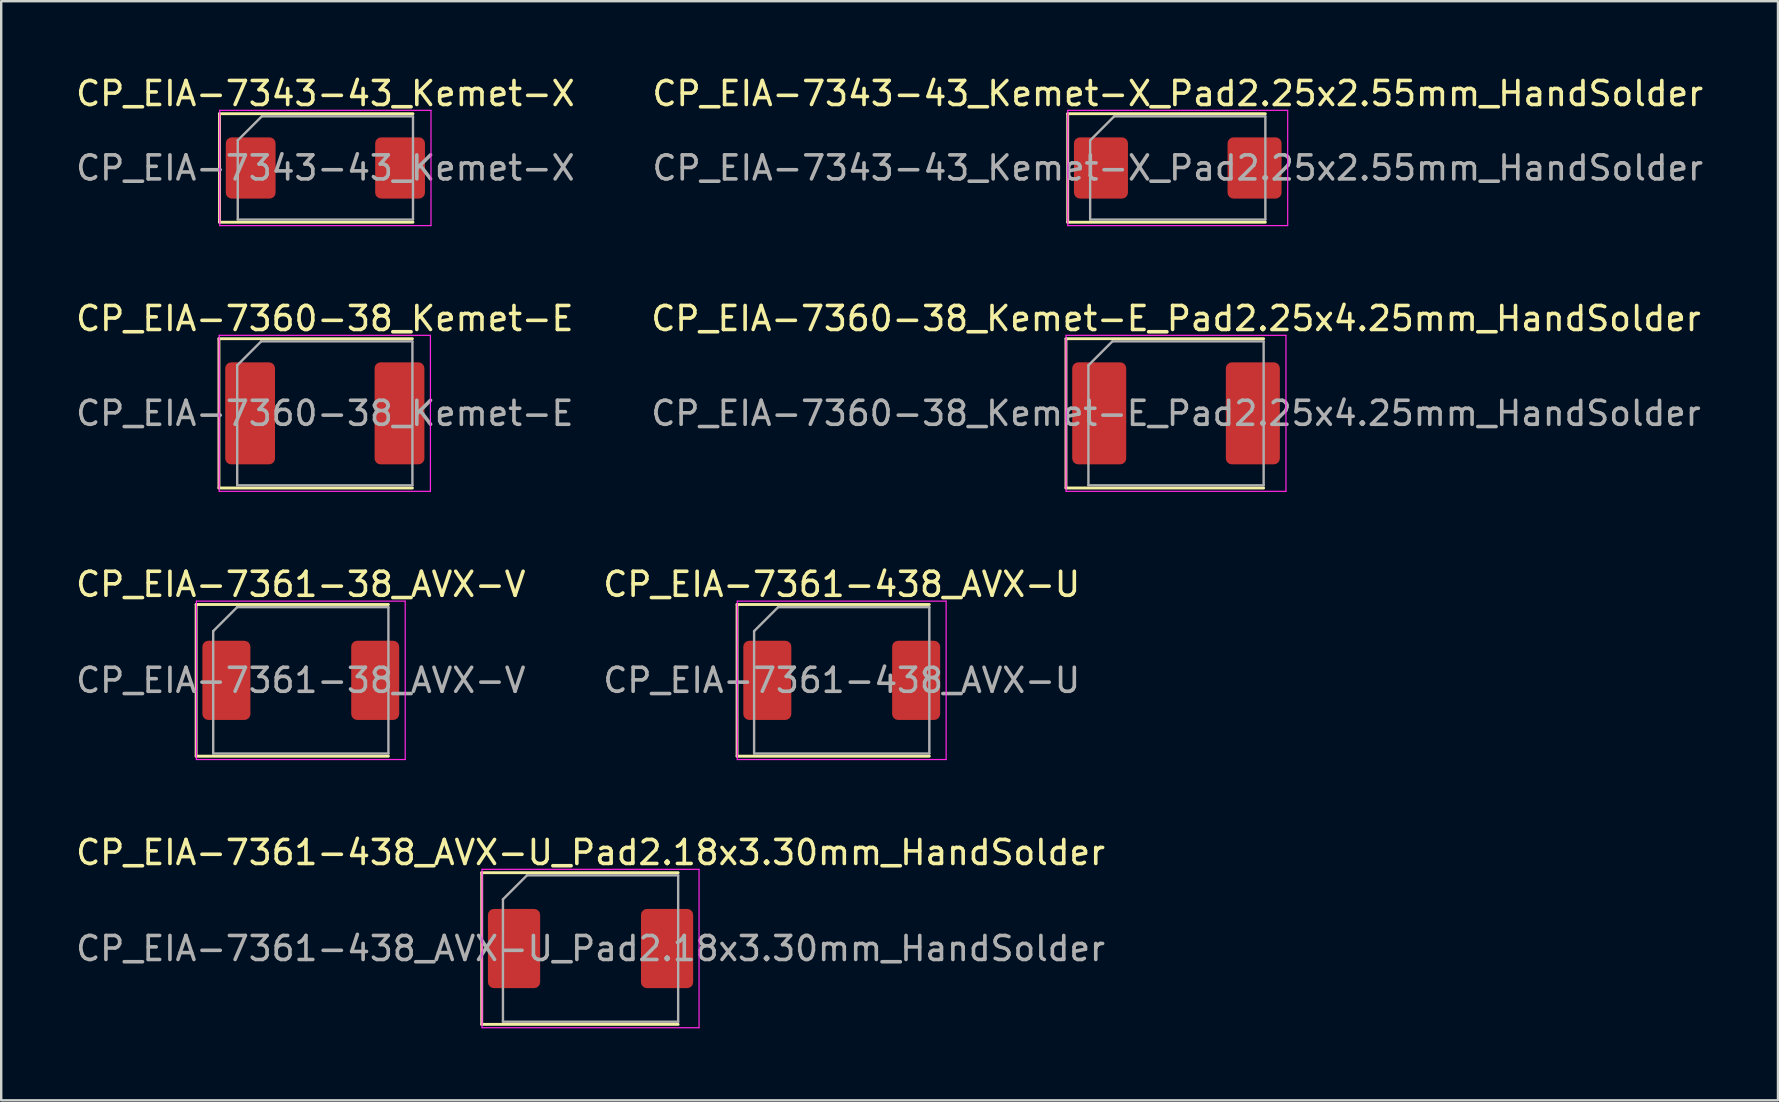
<source format=kicad_pcb>
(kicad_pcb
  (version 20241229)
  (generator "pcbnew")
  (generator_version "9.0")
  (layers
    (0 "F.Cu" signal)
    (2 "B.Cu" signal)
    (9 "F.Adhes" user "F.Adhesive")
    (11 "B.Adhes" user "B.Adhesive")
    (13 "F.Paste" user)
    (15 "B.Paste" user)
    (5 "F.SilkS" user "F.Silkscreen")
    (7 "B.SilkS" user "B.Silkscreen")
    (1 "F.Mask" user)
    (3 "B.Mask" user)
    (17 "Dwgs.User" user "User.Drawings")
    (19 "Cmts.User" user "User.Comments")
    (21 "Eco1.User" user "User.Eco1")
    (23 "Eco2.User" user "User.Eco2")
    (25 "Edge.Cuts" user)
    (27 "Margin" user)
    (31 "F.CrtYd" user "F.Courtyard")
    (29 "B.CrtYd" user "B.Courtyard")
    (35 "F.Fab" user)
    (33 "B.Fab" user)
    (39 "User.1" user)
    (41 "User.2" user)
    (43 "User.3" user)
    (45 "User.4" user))
  (footprint "CP_EIA-7360-38_Kemet-E_Pad2.25x4.25mm_HandSolder"
    (layer "F.Cu")
    (at 45.946 14.171)
    (property "Reference" "CP_EIA-7360-38_Kemet-E_Pad2.25x4.25mm_HandSolder" (at 0 -3.95 0) (layer "F.SilkS") (effects (font (size 1 1) (thickness 0.15))))
    (attr smd)
    (fp_line (start -4.585 -3.11) (end -4.585 3.11) (stroke (width 0.12) (type solid)) (layer "F.SilkS"))
    (fp_line (start -4.585 3.11) (end 3.65 3.11) (stroke (width 0.12) (type solid)) (layer "F.SilkS"))
    (fp_line (start 3.65 -3.11) (end -4.585 -3.11) (stroke (width 0.12) (type solid)) (layer "F.SilkS"))
    (fp_line (start -4.58 -3.25) (end 4.58 -3.25) (stroke (width 0.05) (type solid)) (layer "F.CrtYd"))
    (fp_line (start -4.58 3.25) (end -4.58 -3.25) (stroke (width 0.05) (type solid)) (layer "F.CrtYd"))
    (fp_line (start 4.58 -3.25) (end 4.58 3.25) (stroke (width 0.05) (type solid)) (layer "F.CrtYd"))
    (fp_line (start 4.58 3.25) (end -4.58 3.25) (stroke (width 0.05) (type solid)) (layer "F.CrtYd"))
    (fp_line (start -3.65 -2) (end -3.65 3) (stroke (width 0.1) (type solid)) (layer "F.Fab"))
    (fp_line (start -3.65 3) (end 3.65 3) (stroke (width 0.1) (type solid)) (layer "F.Fab"))
    (fp_line (start -2.65 -3) (end -3.65 -2) (stroke (width 0.1) (type solid)) (layer "F.Fab"))
    (fp_line (start 3.65 -3) (end -2.65 -3) (stroke (width 0.1) (type solid)) (layer "F.Fab"))
    (fp_line (start 3.65 3) (end 3.65 -3) (stroke (width 0.1) (type solid)) (layer "F.Fab"))
    (fp_text user "${REFERENCE}" (at 0 0 0) (layer "F.Fab") (effects (font (size 1 1) (thickness 0.15))))
    (pad "1" smd roundrect (at -3.2 0) (size 2.25 4.25) (layers "F.Cu" "F.Mask" "F.Paste") (roundrect_rratio 0.111))
    (pad "2" smd roundrect (at 3.2 0) (size 2.25 4.25) (layers "F.Cu" "F.Mask" "F.Paste") (roundrect_rratio 0.111)))
  (footprint "CP_EIA-7343-43_Kemet-X_Pad2.25x2.55mm_HandSolder"
    (layer "F.Cu")
    (at 46.018 3.948)
    (property "Reference" "CP_EIA-7343-43_Kemet-X_Pad2.25x2.55mm_HandSolder" (at 0 -3.1 0) (layer "F.SilkS") (effects (font (size 1 1) (thickness 0.15))))
    (attr smd)
    (fp_line (start -4.585 -2.26) (end -4.585 2.26) (stroke (width 0.12) (type solid)) (layer "F.SilkS"))
    (fp_line (start -4.585 2.26) (end 3.65 2.26) (stroke (width 0.12) (type solid)) (layer "F.SilkS"))
    (fp_line (start 3.65 -2.26) (end -4.585 -2.26) (stroke (width 0.12) (type solid)) (layer "F.SilkS"))
    (fp_line (start -4.58 -2.4) (end 4.58 -2.4) (stroke (width 0.05) (type solid)) (layer "F.CrtYd"))
    (fp_line (start -4.58 2.4) (end -4.58 -2.4) (stroke (width 0.05) (type solid)) (layer "F.CrtYd"))
    (fp_line (start 4.58 -2.4) (end 4.58 2.4) (stroke (width 0.05) (type solid)) (layer "F.CrtYd"))
    (fp_line (start 4.58 2.4) (end -4.58 2.4) (stroke (width 0.05) (type solid)) (layer "F.CrtYd"))
    (fp_line (start -3.65 -1.15) (end -3.65 2.15) (stroke (width 0.1) (type solid)) (layer "F.Fab"))
    (fp_line (start -3.65 2.15) (end 3.65 2.15) (stroke (width 0.1) (type solid)) (layer "F.Fab"))
    (fp_line (start -2.65 -2.15) (end -3.65 -1.15) (stroke (width 0.1) (type solid)) (layer "F.Fab"))
    (fp_line (start 3.65 -2.15) (end -2.65 -2.15) (stroke (width 0.1) (type solid)) (layer "F.Fab"))
    (fp_line (start 3.65 2.15) (end 3.65 -2.15) (stroke (width 0.1) (type solid)) (layer "F.Fab"))
    (fp_text user "${REFERENCE}" (at 0 0 0) (layer "F.Fab") (effects (font (size 1 1) (thickness 0.15))))
    (pad "1" smd roundrect (at -3.2 0) (size 2.25 2.55) (layers "F.Cu" "F.Mask" "F.Paste") (roundrect_rratio 0.111))
    (pad "2" smd roundrect (at 3.2 0) (size 2.25 2.55) (layers "F.Cu" "F.Mask" "F.Paste") (roundrect_rratio 0.111)))
  (footprint "CP_EIA-7343-43_Kemet-X"
    (layer "F.Cu")
    (at 10.506 3.948)
    (property "Reference" "CP_EIA-7343-43_Kemet-X" (at 0 -3.1 0) (layer "F.SilkS") (effects (font (size 1 1) (thickness 0.15))))
    (attr smd)
    (fp_line (start -4.41 -2.26) (end -4.41 2.26) (stroke (width 0.12) (type solid)) (layer "F.SilkS"))
    (fp_line (start -4.41 2.26) (end 3.65 2.26) (stroke (width 0.12) (type solid)) (layer "F.SilkS"))
    (fp_line (start 3.65 -2.26) (end -4.41 -2.26) (stroke (width 0.12) (type solid)) (layer "F.SilkS"))
    (fp_line (start -4.4 -2.4) (end 4.4 -2.4) (stroke (width 0.05) (type solid)) (layer "F.CrtYd"))
    (fp_line (start -4.4 2.4) (end -4.4 -2.4) (stroke (width 0.05) (type solid)) (layer "F.CrtYd"))
    (fp_line (start 4.4 -2.4) (end 4.4 2.4) (stroke (width 0.05) (type solid)) (layer "F.CrtYd"))
    (fp_line (start 4.4 2.4) (end -4.4 2.4) (stroke (width 0.05) (type solid)) (layer "F.CrtYd"))
    (fp_line (start -3.65 -1.15) (end -3.65 2.15) (stroke (width 0.1) (type solid)) (layer "F.Fab"))
    (fp_line (start -3.65 2.15) (end 3.65 2.15) (stroke (width 0.1) (type solid)) (layer "F.Fab"))
    (fp_line (start -2.65 -2.15) (end -3.65 -1.15) (stroke (width 0.1) (type solid)) (layer "F.Fab"))
    (fp_line (start 3.65 -2.15) (end -2.65 -2.15) (stroke (width 0.1) (type solid)) (layer "F.Fab"))
    (fp_line (start 3.65 2.15) (end 3.65 -2.15) (stroke (width 0.1) (type solid)) (layer "F.Fab"))
    (fp_text user "${REFERENCE}" (at 0 0 0) (layer "F.Fab") (effects (font (size 1 1) (thickness 0.15))))
    (pad "1" smd roundrect (at -3.112 0) (size 2.075 2.55) (layers "F.Cu" "F.Mask" "F.Paste") (roundrect_rratio 0.12))
    (pad "2" smd roundrect (at 3.112 0) (size 2.075 2.55) (layers "F.Cu" "F.Mask" "F.Paste") (roundrect_rratio 0.12)))
  (footprint "CP_EIA-7361-38_AVX-V"
    (layer "F.Cu")
    (at 9.482 25.295)
    (property "Reference" "CP_EIA-7361-38_AVX-V" (at 0 -4 0) (layer "F.SilkS") (effects (font (size 1 1) (thickness 0.15))))
    (attr smd)
    (fp_line (start -4.36 -3.16) (end -4.36 3.16) (stroke (width 0.12) (type solid)) (layer "F.SilkS"))
    (fp_line (start -4.36 3.16) (end 3.65 3.16) (stroke (width 0.12) (type solid)) (layer "F.SilkS"))
    (fp_line (start 3.65 -3.16) (end -4.36 -3.16) (stroke (width 0.12) (type solid)) (layer "F.SilkS"))
    (fp_line (start -4.35 -3.3) (end 4.35 -3.3) (stroke (width 0.05) (type solid)) (layer "F.CrtYd"))
    (fp_line (start -4.35 3.3) (end -4.35 -3.3) (stroke (width 0.05) (type solid)) (layer "F.CrtYd"))
    (fp_line (start 4.35 -3.3) (end 4.35 3.3) (stroke (width 0.05) (type solid)) (layer "F.CrtYd"))
    (fp_line (start 4.35 3.3) (end -4.35 3.3) (stroke (width 0.05) (type solid)) (layer "F.CrtYd"))
    (fp_line (start -3.65 -2.05) (end -3.65 3.05) (stroke (width 0.1) (type solid)) (layer "F.Fab"))
    (fp_line (start -3.65 3.05) (end 3.65 3.05) (stroke (width 0.1) (type solid)) (layer "F.Fab"))
    (fp_line (start -2.65 -3.05) (end -3.65 -2.05) (stroke (width 0.1) (type solid)) (layer "F.Fab"))
    (fp_line (start 3.65 -3.05) (end -2.65 -3.05) (stroke (width 0.1) (type solid)) (layer "F.Fab"))
    (fp_line (start 3.65 3.05) (end 3.65 -3.05) (stroke (width 0.1) (type solid)) (layer "F.Fab"))
    (fp_text user "${REFERENCE}" (at 0 0 0) (layer "F.Fab") (effects (font (size 1 1) (thickness 0.15))))
    (pad "1" smd roundrect (at -3.1 0) (size 2 3.3) (layers "F.Cu" "F.Mask" "F.Paste") (roundrect_rratio 0.125))
    (pad "2" smd roundrect (at 3.1 0) (size 2 3.3) (layers "F.Cu" "F.Mask" "F.Paste") (roundrect_rratio 0.125)))
  (footprint "CP_EIA-7360-38_Kemet-E"
    (layer "F.Cu")
    (at 10.482 14.171)
    (property "Reference" "CP_EIA-7360-38_Kemet-E" (at 0 -3.95 0) (layer "F.SilkS") (effects (font (size 1 1) (thickness 0.15))))
    (attr smd)
    (fp_line (start -4.41 -3.11) (end -4.41 3.11) (stroke (width 0.12) (type solid)) (layer "F.SilkS"))
    (fp_line (start -4.41 3.11) (end 3.65 3.11) (stroke (width 0.12) (type solid)) (layer "F.SilkS"))
    (fp_line (start 3.65 -3.11) (end -4.41 -3.11) (stroke (width 0.12) (type solid)) (layer "F.SilkS"))
    (fp_line (start -4.4 -3.25) (end 4.4 -3.25) (stroke (width 0.05) (type solid)) (layer "F.CrtYd"))
    (fp_line (start -4.4 3.25) (end -4.4 -3.25) (stroke (width 0.05) (type solid)) (layer "F.CrtYd"))
    (fp_line (start 4.4 -3.25) (end 4.4 3.25) (stroke (width 0.05) (type solid)) (layer "F.CrtYd"))
    (fp_line (start 4.4 3.25) (end -4.4 3.25) (stroke (width 0.05) (type solid)) (layer "F.CrtYd"))
    (fp_line (start -3.65 -2) (end -3.65 3) (stroke (width 0.1) (type solid)) (layer "F.Fab"))
    (fp_line (start -3.65 3) (end 3.65 3) (stroke (width 0.1) (type solid)) (layer "F.Fab"))
    (fp_line (start -2.65 -3) (end -3.65 -2) (stroke (width 0.1) (type solid)) (layer "F.Fab"))
    (fp_line (start 3.65 -3) (end -2.65 -3) (stroke (width 0.1) (type solid)) (layer "F.Fab"))
    (fp_line (start 3.65 3) (end 3.65 -3) (stroke (width 0.1) (type solid)) (layer "F.Fab"))
    (fp_text user "${REFERENCE}" (at 0 0 0) (layer "F.Fab") (effects (font (size 1 1) (thickness 0.15))))
    (pad "1" smd roundrect (at -3.112 0) (size 2.075 4.25) (layers "F.Cu" "F.Mask" "F.Paste") (roundrect_rratio 0.12))
    (pad "2" smd roundrect (at 3.112 0) (size 2.075 4.25) (layers "F.Cu" "F.Mask" "F.Paste") (roundrect_rratio 0.12)))
  (footprint "CP_EIA-7361-438_AVX-U"
    (layer "F.Cu")
    (at 32.018 25.295)
    (property "Reference" "CP_EIA-7361-438_AVX-U" (at 0 -4 0) (layer "F.SilkS") (effects (font (size 1 1) (thickness 0.15))))
    (attr smd)
    (fp_line (start -4.36 -3.16) (end -4.36 3.16) (stroke (width 0.12) (type solid)) (layer "F.SilkS"))
    (fp_line (start -4.36 3.16) (end 3.65 3.16) (stroke (width 0.12) (type solid)) (layer "F.SilkS"))
    (fp_line (start 3.65 -3.16) (end -4.36 -3.16) (stroke (width 0.12) (type solid)) (layer "F.SilkS"))
    (fp_line (start -4.35 -3.3) (end 4.35 -3.3) (stroke (width 0.05) (type solid)) (layer "F.CrtYd"))
    (fp_line (start -4.35 3.3) (end -4.35 -3.3) (stroke (width 0.05) (type solid)) (layer "F.CrtYd"))
    (fp_line (start 4.35 -3.3) (end 4.35 3.3) (stroke (width 0.05) (type solid)) (layer "F.CrtYd"))
    (fp_line (start 4.35 3.3) (end -4.35 3.3) (stroke (width 0.05) (type solid)) (layer "F.CrtYd"))
    (fp_line (start -3.65 -2.05) (end -3.65 3.05) (stroke (width 0.1) (type solid)) (layer "F.Fab"))
    (fp_line (start -3.65 3.05) (end 3.65 3.05) (stroke (width 0.1) (type solid)) (layer "F.Fab"))
    (fp_line (start -2.65 -3.05) (end -3.65 -2.05) (stroke (width 0.1) (type solid)) (layer "F.Fab"))
    (fp_line (start 3.65 -3.05) (end -2.65 -3.05) (stroke (width 0.1) (type solid)) (layer "F.Fab"))
    (fp_line (start 3.65 3.05) (end 3.65 -3.05) (stroke (width 0.1) (type solid)) (layer "F.Fab"))
    (fp_text user "${REFERENCE}" (at 0 0 0) (layer "F.Fab") (effects (font (size 1 1) (thickness 0.15))))
    (pad "1" smd roundrect (at -3.1 0) (size 2 3.3) (layers "F.Cu" "F.Mask" "F.Paste") (roundrect_rratio 0.125))
    (pad "2" smd roundrect (at 3.1 0) (size 2 3.3) (layers "F.Cu" "F.Mask" "F.Paste") (roundrect_rratio 0.125)))
  (footprint "CP_EIA-7361-438_AVX-U_Pad2.18x3.30mm_HandSolder"
    (layer "F.Cu")
    (at 21.554 36.468)
    (property "Reference" "CP_EIA-7361-438_AVX-U_Pad2.18x3.30mm_HandSolder" (at 0 -4 0) (layer "F.SilkS") (effects (font (size 1 1) (thickness 0.15))))
    (attr smd)
    (fp_line (start -4.535 -3.16) (end -4.535 3.16) (stroke (width 0.12) (type solid)) (layer "F.SilkS"))
    (fp_line (start -4.535 3.16) (end 3.65 3.16) (stroke (width 0.12) (type solid)) (layer "F.SilkS"))
    (fp_line (start 3.65 -3.16) (end -4.535 -3.16) (stroke (width 0.12) (type solid)) (layer "F.SilkS"))
    (fp_line (start -4.52 -3.3) (end 4.52 -3.3) (stroke (width 0.05) (type solid)) (layer "F.CrtYd"))
    (fp_line (start -4.52 3.3) (end -4.52 -3.3) (stroke (width 0.05) (type solid)) (layer "F.CrtYd"))
    (fp_line (start 4.52 -3.3) (end 4.52 3.3) (stroke (width 0.05) (type solid)) (layer "F.CrtYd"))
    (fp_line (start 4.52 3.3) (end -4.52 3.3) (stroke (width 0.05) (type solid)) (layer "F.CrtYd"))
    (fp_line (start -3.65 -2.05) (end -3.65 3.05) (stroke (width 0.1) (type solid)) (layer "F.Fab"))
    (fp_line (start -3.65 3.05) (end 3.65 3.05) (stroke (width 0.1) (type solid)) (layer "F.Fab"))
    (fp_line (start -2.65 -3.05) (end -3.65 -2.05) (stroke (width 0.1) (type solid)) (layer "F.Fab"))
    (fp_line (start 3.65 -3.05) (end -2.65 -3.05) (stroke (width 0.1) (type solid)) (layer "F.Fab"))
    (fp_line (start 3.65 3.05) (end 3.65 -3.05) (stroke (width 0.1) (type solid)) (layer "F.Fab"))
    (fp_text user "${REFERENCE}" (at 0 0 0) (layer "F.Fab") (effects (font (size 1 1) (thickness 0.15))))
    (pad "1" smd roundrect (at -3.188 0) (size 2.175 3.3) (layers "F.Cu" "F.Mask" "F.Paste") (roundrect_rratio 0.115))
    (pad "2" smd roundrect (at 3.188 0) (size 2.175 3.3) (layers "F.Cu" "F.Mask" "F.Paste") (roundrect_rratio 0.115)))
  (gr_rect
    (start -3 -3)
    (end 71.024 42.793)
    (stroke (width 0.1) (type default))
    (fill no)
    (layer "Edge.Cuts")))
</source>
